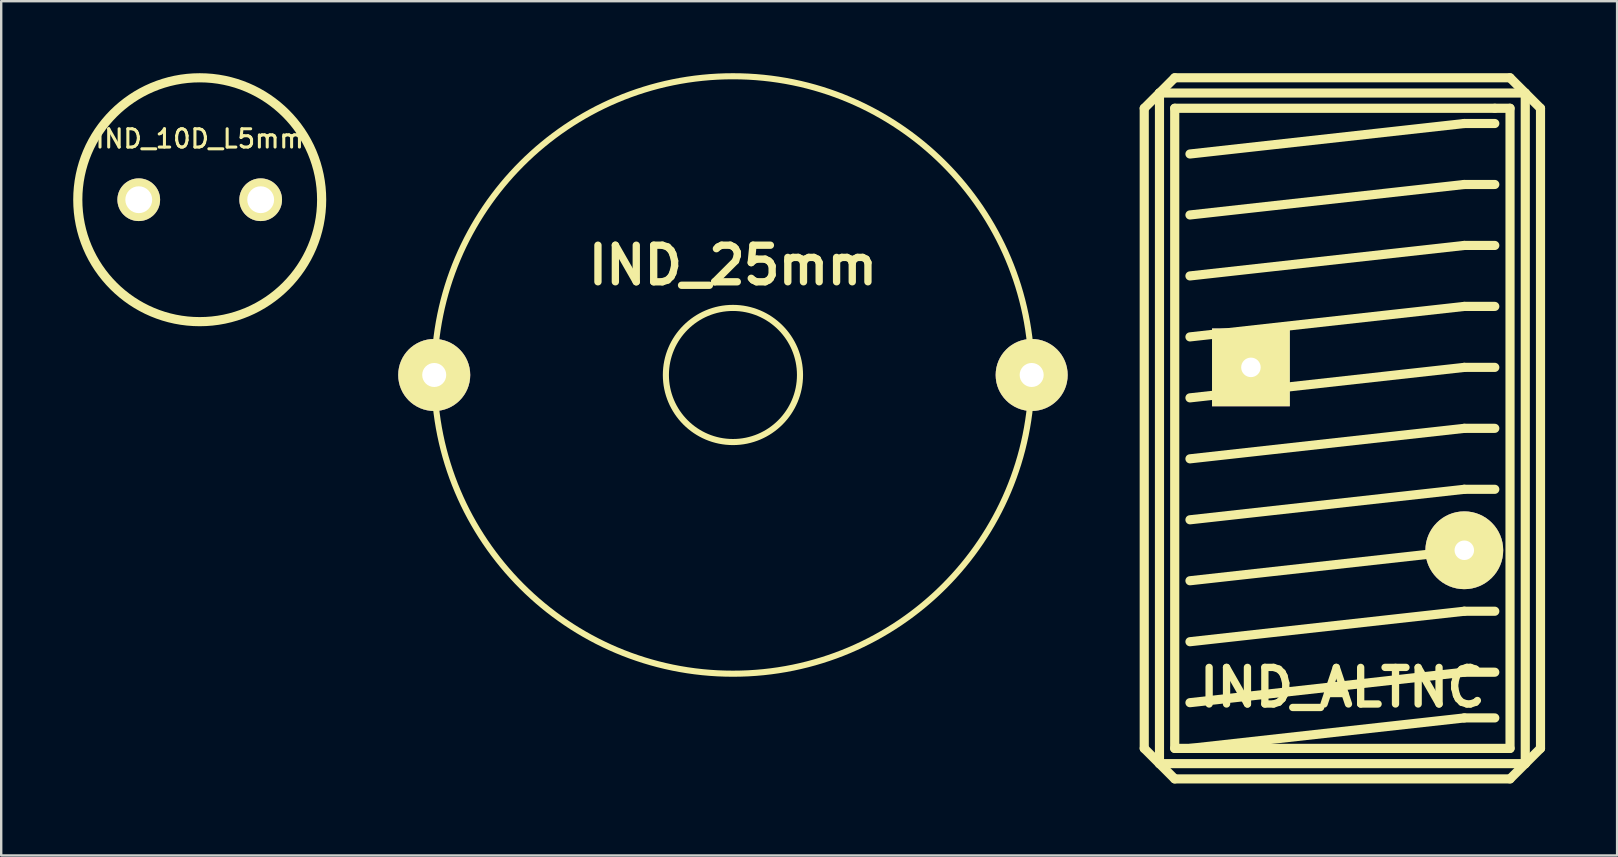
<source format=kicad_pcb>
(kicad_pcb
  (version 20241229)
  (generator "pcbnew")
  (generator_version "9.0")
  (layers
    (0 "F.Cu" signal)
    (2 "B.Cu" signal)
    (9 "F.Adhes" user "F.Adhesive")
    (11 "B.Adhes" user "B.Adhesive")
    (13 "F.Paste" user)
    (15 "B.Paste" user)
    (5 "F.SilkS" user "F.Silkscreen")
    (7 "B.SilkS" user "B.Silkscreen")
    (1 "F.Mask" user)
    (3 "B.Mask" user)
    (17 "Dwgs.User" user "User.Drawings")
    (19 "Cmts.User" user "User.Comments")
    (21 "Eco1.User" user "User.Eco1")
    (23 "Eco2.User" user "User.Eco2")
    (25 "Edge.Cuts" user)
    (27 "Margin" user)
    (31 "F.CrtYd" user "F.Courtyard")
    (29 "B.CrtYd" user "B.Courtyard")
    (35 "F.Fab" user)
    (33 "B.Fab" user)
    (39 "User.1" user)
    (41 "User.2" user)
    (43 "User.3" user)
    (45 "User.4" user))
  (footprint "IND_10D_L5mm"
    (layer "F.Cu")
    (at 5.271 5.271)
    (property "Reference" "IND_10D_L5mm" (at 0 -2.54 0) (layer "F.SilkS") (effects (font (size 0.762 0.762) (thickness 0.127))))
    (attr through_hole)
    (fp_circle (center 0 0) (end -5.08 0) (stroke (width 0.381) (type solid)) (fill no) (layer "F.SilkS"))
    (pad "1" thru_hole circle (at -2.54 0) (size 1.778 1.778) (drill 1.118) (layers "*.Cu" "*.Mask" "F.SilkS"))
    (pad "2" thru_hole circle (at 2.54 0) (size 1.778 1.778) (drill 1.118) (layers "*.Cu" "*.Mask" "F.SilkS")))
  (footprint "IND_ALTNC"
    (layer "F.Cu")
    (at 52.878 16.066)
    (property "Reference" "IND_ALTNC" (at 0 9.525 0) (layer "F.SilkS") (effects (font (size 1.524 1.524) (thickness 0.305))))
    (attr through_hole)
    (fp_line (start -8.255 -14.605) (end -7.62 -15.24) (stroke (width 0.381) (type solid)) (layer "F.SilkS"))
    (fp_line (start -8.255 12.065) (end -8.255 -14.605) (stroke (width 0.381) (type solid)) (layer "F.SilkS"))
    (fp_line (start -7.62 -15.24) (end -6.985 -15.875) (stroke (width 0.381) (type solid)) (layer "F.SilkS"))
    (fp_line (start -7.62 -15.24) (end 7.62 -15.24) (stroke (width 0.381) (type solid)) (layer "F.SilkS"))
    (fp_line (start -7.62 12.7) (end -7.62 -15.24) (stroke (width 0.381) (type solid)) (layer "F.SilkS"))
    (fp_line (start -6.985 -15.875) (end 6.985 -15.875) (stroke (width 0.381) (type solid)) (layer "F.SilkS"))
    (fp_line (start -6.985 -14.605) (end 6.35 -14.605) (stroke (width 0.381) (type solid)) (layer "F.SilkS"))
    (fp_line (start -6.985 12.065) (end -6.985 -14.605) (stroke (width 0.381) (type solid)) (layer "F.SilkS"))
    (fp_line (start -6.985 13.335) (end -8.255 12.065) (stroke (width 0.381) (type solid)) (layer "F.SilkS"))
    (fp_line (start -6.35 -12.7) (end 5.08 -13.97) (stroke (width 0.381) (type solid)) (layer "F.SilkS"))
    (fp_line (start -6.35 -10.16) (end 5.08 -11.43) (stroke (width 0.381) (type solid)) (layer "F.SilkS"))
    (fp_line (start -6.35 -7.62) (end 5.08 -8.89) (stroke (width 0.381) (type solid)) (layer "F.SilkS"))
    (fp_line (start -6.35 -5.08) (end 5.08 -6.35) (stroke (width 0.381) (type solid)) (layer "F.SilkS"))
    (fp_line (start -6.35 -2.54) (end 5.08 -3.81) (stroke (width 0.381) (type solid)) (layer "F.SilkS"))
    (fp_line (start -6.35 0) (end 5.08 -1.27) (stroke (width 0.381) (type solid)) (layer "F.SilkS"))
    (fp_line (start -6.35 2.54) (end 5.08 1.27) (stroke (width 0.381) (type solid)) (layer "F.SilkS"))
    (fp_line (start -6.35 5.08) (end 5.08 3.81) (stroke (width 0.381) (type solid)) (layer "F.SilkS"))
    (fp_line (start -6.35 7.62) (end 5.08 6.35) (stroke (width 0.381) (type solid)) (layer "F.SilkS"))
    (fp_line (start -6.35 10.16) (end 5.08 8.89) (stroke (width 0.381) (type solid)) (layer "F.SilkS"))
    (fp_line (start -6.35 12.065) (end 5.08 10.795) (stroke (width 0.381) (type solid)) (layer "F.SilkS"))
    (fp_line (start 5.08 -13.97) (end 6.35 -13.97) (stroke (width 0.381) (type solid)) (layer "F.SilkS"))
    (fp_line (start 5.08 -11.43) (end 6.35 -11.43) (stroke (width 0.381) (type solid)) (layer "F.SilkS"))
    (fp_line (start 5.08 -8.89) (end 6.35 -8.89) (stroke (width 0.381) (type solid)) (layer "F.SilkS"))
    (fp_line (start 5.08 -6.35) (end 6.35 -6.35) (stroke (width 0.381) (type solid)) (layer "F.SilkS"))
    (fp_line (start 5.08 -3.81) (end 6.35 -3.81) (stroke (width 0.381) (type solid)) (layer "F.SilkS"))
    (fp_line (start 5.08 -1.27) (end 6.35 -1.27) (stroke (width 0.381) (type solid)) (layer "F.SilkS"))
    (fp_line (start 5.08 1.27) (end 6.35 1.27) (stroke (width 0.381) (type solid)) (layer "F.SilkS"))
    (fp_line (start 5.08 3.81) (end 6.35 3.81) (stroke (width 0.381) (type solid)) (layer "F.SilkS"))
    (fp_line (start 5.08 6.35) (end 6.35 6.35) (stroke (width 0.381) (type solid)) (layer "F.SilkS"))
    (fp_line (start 5.08 8.89) (end 6.35 8.89) (stroke (width 0.381) (type solid)) (layer "F.SilkS"))
    (fp_line (start 5.08 10.795) (end 6.35 10.795) (stroke (width 0.381) (type solid)) (layer "F.SilkS"))
    (fp_line (start 6.35 -14.605) (end 6.985 -14.605) (stroke (width 0.381) (type solid)) (layer "F.SilkS"))
    (fp_line (start 6.985 -15.875) (end 8.255 -14.605) (stroke (width 0.381) (type solid)) (layer "F.SilkS"))
    (fp_line (start 6.985 -14.605) (end 6.985 12.065) (stroke (width 0.381) (type solid)) (layer "F.SilkS"))
    (fp_line (start 6.985 12.065) (end -6.985 12.065) (stroke (width 0.381) (type solid)) (layer "F.SilkS"))
    (fp_line (start 6.985 13.335) (end -6.985 13.335) (stroke (width 0.381) (type solid)) (layer "F.SilkS"))
    (fp_line (start 7.62 -15.24) (end 7.62 12.7) (stroke (width 0.381) (type solid)) (layer "F.SilkS"))
    (fp_line (start 7.62 12.7) (end -7.62 12.7) (stroke (width 0.381) (type solid)) (layer "F.SilkS"))
    (fp_line (start 7.62 12.7) (end 6.985 13.335) (stroke (width 0.381) (type solid)) (layer "F.SilkS"))
    (fp_line (start 8.255 -14.605) (end 8.255 12.065) (stroke (width 0.381) (type solid)) (layer "F.SilkS"))
    (fp_line (start 8.255 12.065) (end 7.62 12.7) (stroke (width 0.381) (type solid)) (layer "F.SilkS"))
    (pad "1" thru_hole rect (at -3.81 -3.81) (size 3.241 3.241) (drill 0.813) (layers "*.Cu" "*.Mask" "F.SilkS"))
    (pad "2" thru_hole circle (at 5.08 3.81) (size 3.241 3.241) (drill 0.813) (layers "*.Cu" "*.Mask" "F.SilkS")))
  (footprint "IND_25mm"
    (layer "F.Cu")
    (at 27.487 12.573)
    (property "Reference" "IND_25mm" (at 0 -4.572 0) (layer "F.SilkS") (effects (font (size 1.524 1.524) (thickness 0.305))))
    (attr through_hole)
    (fp_circle (center 0 0) (end -12.446 0) (stroke (width 0.254) (type solid)) (fill no) (layer "F.SilkS"))
    (fp_circle (center 0 0) (end -2.794 0) (stroke (width 0.254) (type solid)) (fill no) (layer "F.SilkS"))
    (pad "1" thru_hole circle (at 12.446 0) (size 3 3) (drill 1.001) (layers "*.Cu" "*.Mask" "F.SilkS"))
    (pad "2" thru_hole circle (at -12.446 0) (size 3 3) (drill 1.001) (layers "*.Cu" "*.Mask" "F.SilkS")))
  (gr_rect
    (start -3 -3)
    (end 64.324 32.591)
    (stroke (width 0.1) (type default))
    (fill no)
    (layer "Edge.Cuts")))
</source>
